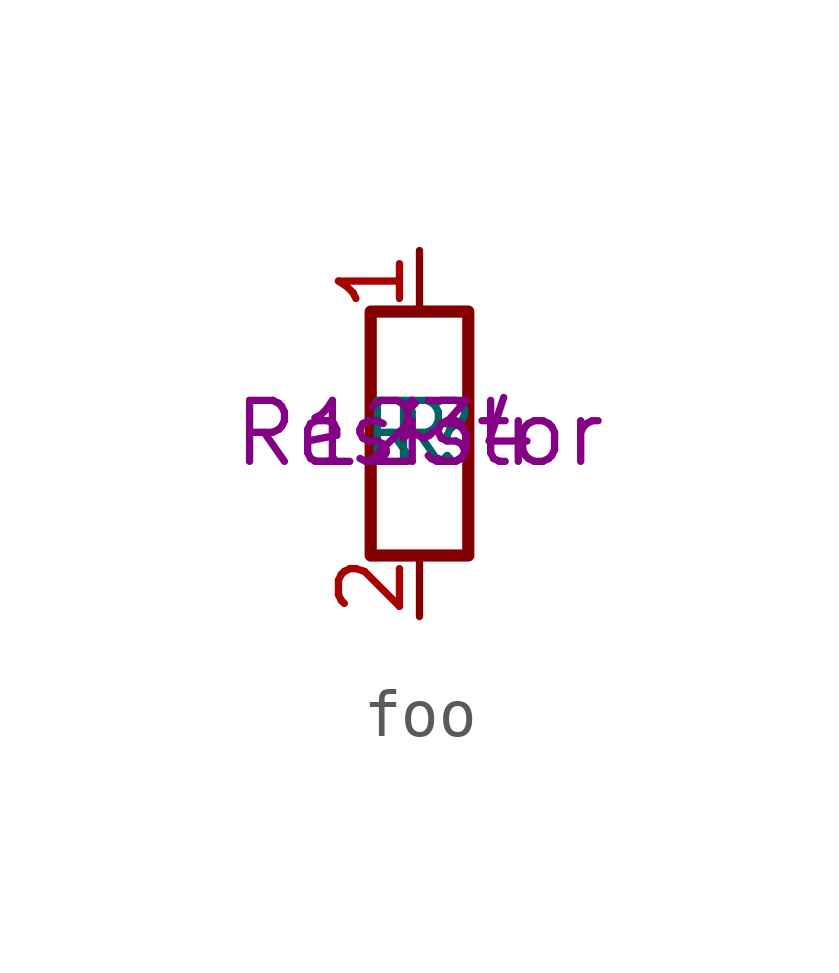
<source format=kicad_sym>
(kicad_symbol_lib
  (version 20231120)
  (generator "None")
  (generator_version "8.0")
  (symbol "foo"
    (pin_names
      (offset 0))
    (property "Reference" "R"
      (at 0 0 0))
    (property "Value" "R"
      (at 0 0 0))
    (property "Footprint" ""
      (at 0 0 0))
    (property "Datasheet" "~"
      (at 0 0 0))
    (property "Description" "Resistor"
      (at 0 0 0))
    (property "ki_keywords" "R res resistor"
      (at 0 0 0))
    (property "ki_fp_filters" "R_*"
      (at 0 0 0))
    (property "LCSC" "1234"
      (at 0 0 0))
    (symbol "foo_0_1"
      (rectangle (start -1.016 -2.54) (end 1.016 2.54) (stroke (width 0.254) (type default)) (fill (type none))))
    (symbol "foo_1_1"
      (pin passive line (at 0 3.81 270) (length 1.27) (name "~" (effects (font (size 1.27 1.27)))) (number "1" (effects (font (size 1.27 1.27)))))
      (pin passive line (at 0 -3.81 90) (length 1.27) (name "~" (effects (font (size 1.27 1.27)))) (number "2" (effects (font (size 1.27 1.27))))))))
</source>
